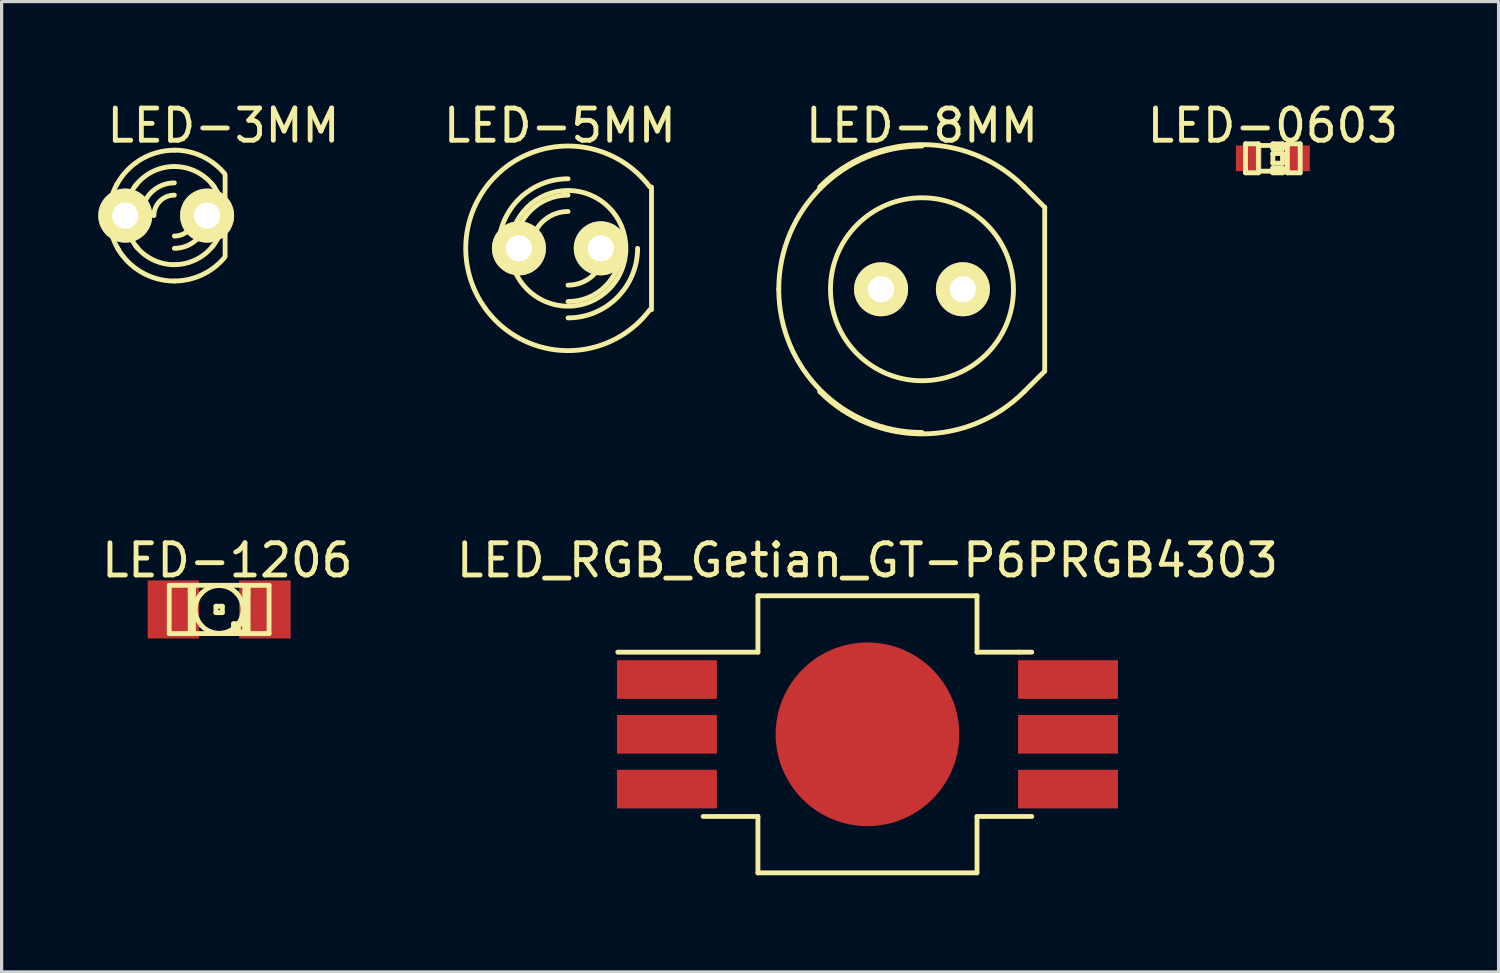
<source format=kicad_pcb>
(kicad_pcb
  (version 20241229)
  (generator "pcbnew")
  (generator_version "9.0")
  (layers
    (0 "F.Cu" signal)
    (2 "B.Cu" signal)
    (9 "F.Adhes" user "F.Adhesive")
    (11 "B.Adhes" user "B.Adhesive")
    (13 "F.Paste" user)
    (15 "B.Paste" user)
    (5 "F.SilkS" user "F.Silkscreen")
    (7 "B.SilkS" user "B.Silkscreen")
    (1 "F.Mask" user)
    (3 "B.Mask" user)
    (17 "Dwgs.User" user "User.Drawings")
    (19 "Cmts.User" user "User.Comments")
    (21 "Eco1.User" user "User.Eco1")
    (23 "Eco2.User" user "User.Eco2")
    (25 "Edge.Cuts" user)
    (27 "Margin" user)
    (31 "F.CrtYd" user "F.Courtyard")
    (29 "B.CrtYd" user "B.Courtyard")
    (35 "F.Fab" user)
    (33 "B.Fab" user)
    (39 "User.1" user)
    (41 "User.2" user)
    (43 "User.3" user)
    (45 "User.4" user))
  (footprint "LED-5MM"
    (layer "F.Cu")
    (at 14.327 4.658)
    (property "Reference" "LED-5MM" (at 0 -3.81 0) (layer "F.SilkS") (effects (font (size 1 1) (thickness 0.15))))
    (attr through_hole)
    (fp_line (start 2.845 1.905) (end 2.845 -1.905) (stroke (width 0.15) (type solid)) (layer "F.SilkS"))
    (fp_arc (start -1.905 0) (mid -1.272644 -1.526644) (end 0.254 -2.159) (stroke (width 0.15) (type solid)) (layer "F.SilkS"))
    (fp_arc (start -1.397 0) (mid -0.913433 -1.167433) (end 0.254 -1.651) (stroke (width 0.15) (type solid)) (layer "F.SilkS"))
    (fp_arc (start -0.889 0) (mid -0.554223 -0.808223) (end 0.254 -1.143) (stroke (width 0.15) (type solid)) (layer "F.SilkS"))
    (fp_arc (start 1.397 0) (mid 1.062223 0.808223) (end 0.254 1.143) (stroke (width 0.15) (type solid)) (layer "F.SilkS"))
    (fp_arc (start 1.905 0) (mid 1.421433 1.167433) (end 0.254 1.651) (stroke (width 0.15) (type solid)) (layer "F.SilkS"))
    (fp_arc (start 2.413 0) (mid 1.780644 1.526644) (end 0.254 2.159) (stroke (width 0.15) (type solid)) (layer "F.SilkS"))
    (fp_arc (start 2.794 1.905) (mid -2.921 0.001668) (end 2.791997 -1.907668) (stroke (width 0.15) (type solid)) (layer "F.SilkS"))
    (fp_circle (center 0.254 0) (end -1.016 1.27) (stroke (width 0.15) (type solid)) (fill no) (layer "F.SilkS"))
    (pad "1" thru_hole circle (at -1.27 0) (size 1.676 1.676) (drill 0.813) (layers "*.Cu" "*.Mask" "F.SilkS"))
    (pad "2" thru_hole circle (at 1.27 0) (size 1.676 1.676) (drill 0.813) (layers "*.Cu" "*.Mask" "F.SilkS")))
  (footprint "LED_RGB_Getian_GT-P6PRGB4303"
    (layer "F.Cu")
    (at 23.875 19.742)
    (property "Reference" "LED_RGB_Getian_GT-P6PRGB4303" (at 0 -5.4 0) (layer "F.SilkS") (effects (font (size 1 1) (thickness 0.15))))
    (attr through_hole)
    (fp_line (start -7.75 -2.55) (end -3.4 -2.55) (stroke (width 0.15) (type solid)) (layer "F.SilkS"))
    (fp_line (start -5.1 2.55) (end -3.4 2.55) (stroke (width 0.15) (type solid)) (layer "F.SilkS"))
    (fp_line (start -3.4 -4.3) (end -3.4 -2.55) (stroke (width 0.15) (type solid)) (layer "F.SilkS"))
    (fp_line (start -3.4 2.55) (end -3.4 4.3) (stroke (width 0.15) (type solid)) (layer "F.SilkS"))
    (fp_line (start 3.4 -4.3) (end -3.4 -4.3) (stroke (width 0.15) (type solid)) (layer "F.SilkS"))
    (fp_line (start 3.4 -4.3) (end 3.4 -2.55) (stroke (width 0.15) (type solid)) (layer "F.SilkS"))
    (fp_line (start 3.4 -2.55) (end 4.7 -2.55) (stroke (width 0.15) (type solid)) (layer "F.SilkS"))
    (fp_line (start 3.4 2.55) (end 3.4 4.3) (stroke (width 0.15) (type solid)) (layer "F.SilkS"))
    (fp_line (start 3.4 4.3) (end -3.4 4.3) (stroke (width 0.15) (type solid)) (layer "F.SilkS"))
    (fp_line (start 4.7 -2.55) (end 5.1 -2.55) (stroke (width 0.15) (type solid)) (layer "F.SilkS"))
    (fp_line (start 5.1 2.55) (end 3.4 2.55) (stroke (width 0.15) (type solid)) (layer "F.SilkS"))
    (pad "BA" smd rect (at -6.225 1.7) (size 3.1 1.2) (layers "F.Cu" "F.Mask" "F.Paste"))
    (pad "BC" smd rect (at 6.225 1.7 180) (size 3.1 1.2) (layers "F.Cu" "F.Mask" "F.Paste"))
    (pad "GA" smd rect (at -6.225 0) (size 3.1 1.2) (layers "F.Cu" "F.Mask" "F.Paste"))
    (pad "GC" smd rect (at 6.225 0 180) (size 3.1 1.2) (layers "F.Cu" "F.Mask" "F.Paste"))
    (pad "PAD" smd circle (at 0 0) (size 5.7 5.7) (layers "F.Cu" "F.Mask" "F.Paste"))
    (pad "RA" smd rect (at -6.225 -1.7) (size 3.1 1.2) (layers "F.Cu" "F.Mask" "F.Paste"))
    (pad "RC" smd rect (at 6.225 -1.7 180) (size 3.1 1.2) (layers "F.Cu" "F.Mask" "F.Paste")))
  (footprint "LED-8MM"
    (layer "F.Cu")
    (at 25.567 5.928)
    (property "Reference" "LED-8MM" (at 0 -5.08 0) (layer "F.SilkS") (effects (font (size 1 1) (thickness 0.15))))
    (attr through_hole)
    (fp_line (start 3.175 -3.175) (end 3.81 -2.54) (stroke (width 0.15) (type solid)) (layer "F.SilkS"))
    (fp_line (start 3.175 3.175) (end 3.81 2.54) (stroke (width 0.15) (type solid)) (layer "F.SilkS"))
    (fp_line (start 3.81 -2.54) (end 3.81 2.54) (stroke (width 0.15) (type solid)) (layer "F.SilkS"))
    (fp_arc (start -4.445 0) (mid -3.14309 -3.14309) (end 0 -4.445) (stroke (width 0.15) (type solid)) (layer "F.SilkS"))
    (fp_arc (start -3.175 -3.175) (mid 0 -4.490128) (end 3.175 -3.175) (stroke (width 0.15) (type solid)) (layer "F.SilkS"))
    (fp_arc (start 0 4.445) (mid -3.14309 3.14309) (end -4.445 0) (stroke (width 0.15) (type solid)) (layer "F.SilkS"))
    (fp_arc (start 3.175 3.175) (mid 0 4.490128) (end -3.175 3.175) (stroke (width 0.15) (type solid)) (layer "F.SilkS"))
    (fp_circle (center 0 0) (end 1.27 2.54) (stroke (width 0.15) (type solid)) (fill no) (layer "F.SilkS"))
    (pad "1" thru_hole circle (at -1.27 0) (size 1.676 1.676) (drill 0.813) (layers "*.Cu" "*.Mask" "F.SilkS"))
    (pad "2" thru_hole circle (at 1.27 0) (size 1.676 1.676) (drill 0.813) (layers "*.Cu" "*.Mask" "F.SilkS")))
  (footprint "LED-0603"
    (layer "F.Cu")
    (at 36.458 1.864)
    (property "Reference" "LED-0603" (at 0 -1.016 0) (layer "F.SilkS") (effects (font (size 1 1) (thickness 0.15))))
    (attr smd)
    (fp_line (start -0.848 -0.45) (end -0.848 0.45) (stroke (width 0.15) (type solid)) (layer "F.SilkS"))
    (fp_line (start -0.848 -0.45) (end -0.45 -0.45) (stroke (width 0.15) (type solid)) (layer "F.SilkS"))
    (fp_line (start -0.848 0.45) (end -0.45 0.45) (stroke (width 0.15) (type solid)) (layer "F.SilkS"))
    (fp_line (start -0.45 -0.45) (end -0.45 0.45) (stroke (width 0.15) (type solid)) (layer "F.SilkS"))
    (fp_line (start 0 -0.45) (end 0 -0.3) (stroke (width 0.15) (type solid)) (layer "F.SilkS"))
    (fp_line (start 0 -0.45) (end 0.3 -0.45) (stroke (width 0.15) (type solid)) (layer "F.SilkS"))
    (fp_line (start 0 -0.3) (end 0.3 -0.3) (stroke (width 0.15) (type solid)) (layer "F.SilkS"))
    (fp_line (start 0 -0.15) (end 0 0.15) (stroke (width 0.15) (type solid)) (layer "F.SilkS"))
    (fp_line (start 0 -0.15) (end 0.3 -0.15) (stroke (width 0.15) (type solid)) (layer "F.SilkS"))
    (fp_line (start 0 0.15) (end 0.3 0.15) (stroke (width 0.15) (type solid)) (layer "F.SilkS"))
    (fp_line (start 0 0.3) (end 0 0.45) (stroke (width 0.15) (type solid)) (layer "F.SilkS"))
    (fp_line (start 0 0.3) (end 0.3 0.3) (stroke (width 0.15) (type solid)) (layer "F.SilkS"))
    (fp_line (start 0 0.45) (end 0.3 0.45) (stroke (width 0.15) (type solid)) (layer "F.SilkS"))
    (fp_line (start 0.3 -0.45) (end 0.3 -0.3) (stroke (width 0.15) (type solid)) (layer "F.SilkS"))
    (fp_line (start 0.3 -0.15) (end 0.3 0.15) (stroke (width 0.15) (type solid)) (layer "F.SilkS"))
    (fp_line (start 0.3 0.3) (end 0.3 0.45) (stroke (width 0.15) (type solid)) (layer "F.SilkS"))
    (fp_line (start 0.45 -0.45) (end 0.45 0.45) (stroke (width 0.15) (type solid)) (layer "F.SilkS"))
    (fp_line (start 0.45 -0.45) (end 0.848 -0.45) (stroke (width 0.15) (type solid)) (layer "F.SilkS"))
    (fp_line (start 0.45 -0.399) (end -0.45 -0.399) (stroke (width 0.15) (type solid)) (layer "F.SilkS"))
    (fp_line (start 0.45 0.399) (end -0.45 0.399) (stroke (width 0.15) (type solid)) (layer "F.SilkS"))
    (fp_line (start 0.45 0.45) (end 0.848 0.45) (stroke (width 0.15) (type solid)) (layer "F.SilkS"))
    (fp_line (start 0.848 -0.45) (end 0.848 0.45) (stroke (width 0.15) (type solid)) (layer "F.SilkS"))
    (pad "1" smd rect (at -0.749 0) (size 0.798 0.798) (layers "F.Cu" "F.Mask" "F.Paste"))
    (pad "2" smd rect (at 0.749 0) (size 0.798 0.798) (layers "F.Cu" "F.Mask" "F.Paste")))
  (footprint "LED-3MM"
    (layer "F.Cu")
    (at 2.108 3.642)
    (property "Reference" "LED-3MM" (at 1.778 -2.794 0) (layer "F.SilkS") (effects (font (size 1 1) (thickness 0.15))))
    (attr through_hole)
    (fp_line (start 1.829 1.27) (end 1.829 -1.27) (stroke (width 0.15) (type solid)) (layer "F.SilkS"))
    (fp_arc (start -1.778 0) (mid -1.716347 -0.496745) (end -1.53513 -0.963347) (stroke (width 0.15) (type solid)) (layer "F.SilkS"))
    (fp_arc (start -1.5367 -0.95504) (mid -0.790567 -1.739997) (end 0.253025 -2.02946) (stroke (width 0.15) (type solid)) (layer "F.SilkS"))
    (fp_arc (start -1.47574 1.06426) (mid -1.700164 0.553076) (end -1.776923 0.0001) (stroke (width 0.15) (type solid)) (layer "F.SilkS"))
    (fp_arc (start -1.27 0) (mid -1.178999 -0.518738) (end -0.916864 -0.975527) (stroke (width 0.15) (type solid)) (layer "F.SilkS"))
    (fp_arc (start -0.9652 -0.9144) (mid -0.427912 -1.362928) (end 0.253199 -1.524) (stroke (width 0.15) (type solid)) (layer "F.SilkS"))
    (fp_arc (start -0.88392 1.01092) (mid -1.168742 0.540951) (end -1.268111 0.000469) (stroke (width 0.15) (type solid)) (layer "F.SilkS"))
    (fp_arc (start -0.762 0) (mid -0.46442 -0.71842) (end 0.254 -1.016) (stroke (width 0.15) (type solid)) (layer "F.SilkS"))
    (fp_arc (start -0.381 0) (mid -0.195013 -0.449013) (end 0.254 -0.635) (stroke (width 0.15) (type solid)) (layer "F.SilkS"))
    (fp_arc (start 0.254 -2.032) (mid 1.114367 -1.840867) (end 1.81288 -1.303426) (stroke (width 0.15) (type solid)) (layer "F.SilkS"))
    (fp_arc (start 0.254 -1.524) (mid 0.950618 -1.35547) (end 1.493166 -0.887155) (stroke (width 0.15) (type solid)) (layer "F.SilkS"))
    (fp_arc (start 0.254 1.524) (mid -0.415273 1.369179) (end -0.948564 0.936171) (stroke (width 0.15) (type solid)) (layer "F.SilkS"))
    (fp_arc (start 0.254 2.032) (mid -0.76507 1.757988) (end -1.509299 1.009851) (stroke (width 0.15) (type solid)) (layer "F.SilkS"))
    (fp_arc (start 0.889 0) (mid 0.703013 0.449013) (end 0.254 0.635) (stroke (width 0.15) (type solid)) (layer "F.SilkS"))
    (fp_arc (start 1.27 0) (mid 0.97242 0.71842) (end 0.254 1.016) (stroke (width 0.15) (type solid)) (layer "F.SilkS"))
    (fp_arc (start 1.4097 -0.9906) (mid 1.681593 -0.528119) (end 1.776147 -0.000034) (stroke (width 0.15) (type solid)) (layer "F.SilkS"))
    (fp_arc (start 1.45542 0.93472) (mid 0.922882 1.367373) (end 0.254442 1.522206) (stroke (width 0.15) (type solid)) (layer "F.SilkS"))
    (fp_arc (start 1.778 0) (mid 1.686999 0.518738) (end 1.424864 0.975527) (stroke (width 0.15) (type solid)) (layer "F.SilkS"))
    (fp_arc (start 1.8034 1.31064) (mid 1.109154 1.840416) (end 0.256552 2.029387) (stroke (width 0.15) (type solid)) (layer "F.SilkS"))
    (pad "1" thru_hole circle (at -1.27 0) (size 1.676 1.676) (drill 0.813) (layers "*.Cu" "*.Mask" "F.SilkS"))
    (pad "2" thru_hole circle (at 1.27 0) (size 1.676 1.676) (drill 0.813) (layers "*.Cu" "*.Mask" "F.SilkS")))
  (footprint "LED-1206"
    (layer "F.Cu")
    (at 3.752 15.866)
    (property "Reference" "LED-1206" (at 0.254 -1.524 0) (layer "F.SilkS") (effects (font (size 1 1) (thickness 0.15))))
    (attr smd)
    (fp_line (start -1.549 -0.749) (end 1.549 -0.749) (stroke (width 0.15) (type solid)) (layer "F.SilkS"))
    (fp_line (start -1.549 0.749) (end -1.549 -0.749) (stroke (width 0.15) (type solid)) (layer "F.SilkS"))
    (fp_line (start -0.899 -0.699) (end -0.798 -0.699) (stroke (width 0.15) (type solid)) (layer "F.SilkS"))
    (fp_line (start -0.899 -0.549) (end -0.899 -0.699) (stroke (width 0.15) (type solid)) (layer "F.SilkS"))
    (fp_line (start -0.899 -0.549) (end -0.798 -0.549) (stroke (width 0.15) (type solid)) (layer "F.SilkS"))
    (fp_line (start -0.899 -0.498) (end -0.798 -0.498) (stroke (width 0.15) (type solid)) (layer "F.SilkS"))
    (fp_line (start -0.899 0.699) (end -0.899 -0.498) (stroke (width 0.15) (type solid)) (layer "F.SilkS"))
    (fp_line (start -0.899 0.699) (end -0.798 0.699) (stroke (width 0.15) (type solid)) (layer "F.SilkS"))
    (fp_line (start -0.798 -0.549) (end -0.798 -0.699) (stroke (width 0.15) (type solid)) (layer "F.SilkS"))
    (fp_line (start -0.798 0.699) (end -0.798 -0.498) (stroke (width 0.15) (type solid)) (layer "F.SilkS"))
    (fp_line (start -0.099 -0.099) (end 0.099 -0.099) (stroke (width 0.15) (type solid)) (layer "F.SilkS"))
    (fp_line (start -0.099 0.099) (end -0.099 -0.099) (stroke (width 0.15) (type solid)) (layer "F.SilkS"))
    (fp_line (start -0.099 0.099) (end 0.099 0.099) (stroke (width 0.15) (type solid)) (layer "F.SilkS"))
    (fp_line (start 0.099 0.099) (end 0.099 -0.099) (stroke (width 0.15) (type solid)) (layer "F.SilkS"))
    (fp_line (start 0.45 0.45) (end 0.599 0.45) (stroke (width 0.15) (type solid)) (layer "F.SilkS"))
    (fp_line (start 0.45 0.45) (end 0.798 0.45) (stroke (width 0.15) (type solid)) (layer "F.SilkS"))
    (fp_line (start 0.45 0.699) (end 0.45 0.45) (stroke (width 0.15) (type solid)) (layer "F.SilkS"))
    (fp_line (start 0.45 0.699) (end 0.45 0.45) (stroke (width 0.15) (type solid)) (layer "F.SilkS"))
    (fp_line (start 0.45 0.699) (end 0.599 0.699) (stroke (width 0.15) (type solid)) (layer "F.SilkS"))
    (fp_line (start 0.45 0.699) (end 0.798 0.699) (stroke (width 0.15) (type solid)) (layer "F.SilkS"))
    (fp_line (start 0.599 0.699) (end 0.599 0.45) (stroke (width 0.15) (type solid)) (layer "F.SilkS"))
    (fp_line (start 0.798 -0.699) (end 0.899 -0.699) (stroke (width 0.15) (type solid)) (layer "F.SilkS"))
    (fp_line (start 0.798 -0.549) (end 0.798 -0.699) (stroke (width 0.15) (type solid)) (layer "F.SilkS"))
    (fp_line (start 0.798 -0.549) (end 0.899 -0.549) (stroke (width 0.15) (type solid)) (layer "F.SilkS"))
    (fp_line (start 0.798 -0.498) (end 0.899 -0.498) (stroke (width 0.15) (type solid)) (layer "F.SilkS"))
    (fp_line (start 0.798 0.699) (end 0.798 -0.498) (stroke (width 0.15) (type solid)) (layer "F.SilkS"))
    (fp_line (start 0.798 0.699) (end 0.798 0.45) (stroke (width 0.15) (type solid)) (layer "F.SilkS"))
    (fp_line (start 0.798 0.699) (end 0.899 0.699) (stroke (width 0.15) (type solid)) (layer "F.SilkS"))
    (fp_line (start 0.899 -0.549) (end 0.899 -0.699) (stroke (width 0.15) (type solid)) (layer "F.SilkS"))
    (fp_line (start 0.899 0.699) (end 0.899 -0.498) (stroke (width 0.15) (type solid)) (layer "F.SilkS"))
    (fp_line (start 1.549 -0.749) (end 1.549 0.749) (stroke (width 0.15) (type solid)) (layer "F.SilkS"))
    (fp_line (start 1.549 0.749) (end -1.549 0.749) (stroke (width 0.15) (type solid)) (layer "F.SilkS"))
    (fp_arc (start -0.54864 -0.49784) (mid -0.001024 -0.740844) (end 0.547262 -0.499354) (stroke (width 0.15) (type solid)) (layer "F.SilkS"))
    (fp_arc (start -0.54864 0.49784) (mid -0.740844 -0.000377) (end -0.548133 -0.498398) (stroke (width 0.15) (type solid)) (layer "F.SilkS"))
    (fp_arc (start 0.54864 -0.49784) (mid 0.740844 0.000377) (end 0.548133 0.498398) (stroke (width 0.15) (type solid)) (layer "F.SilkS"))
    (fp_arc (start 0.54864 0.49784) (mid 0.001024 0.740844) (end -0.547262 0.499354) (stroke (width 0.15) (type solid)) (layer "F.SilkS"))
    (pad "1" smd rect (at -1.42 0) (size 1.598 1.801) (layers "F.Cu" "F.Mask" "F.Paste"))
    (pad "2" smd rect (at 1.42 0) (size 1.598 1.801) (layers "F.Cu" "F.Mask" "F.Paste")))
  (gr_rect
    (start -3 -3)
    (end 43.464 27.117)
    (stroke (width 0.1) (type default))
    (fill no)
    (layer "Edge.Cuts")))
</source>
